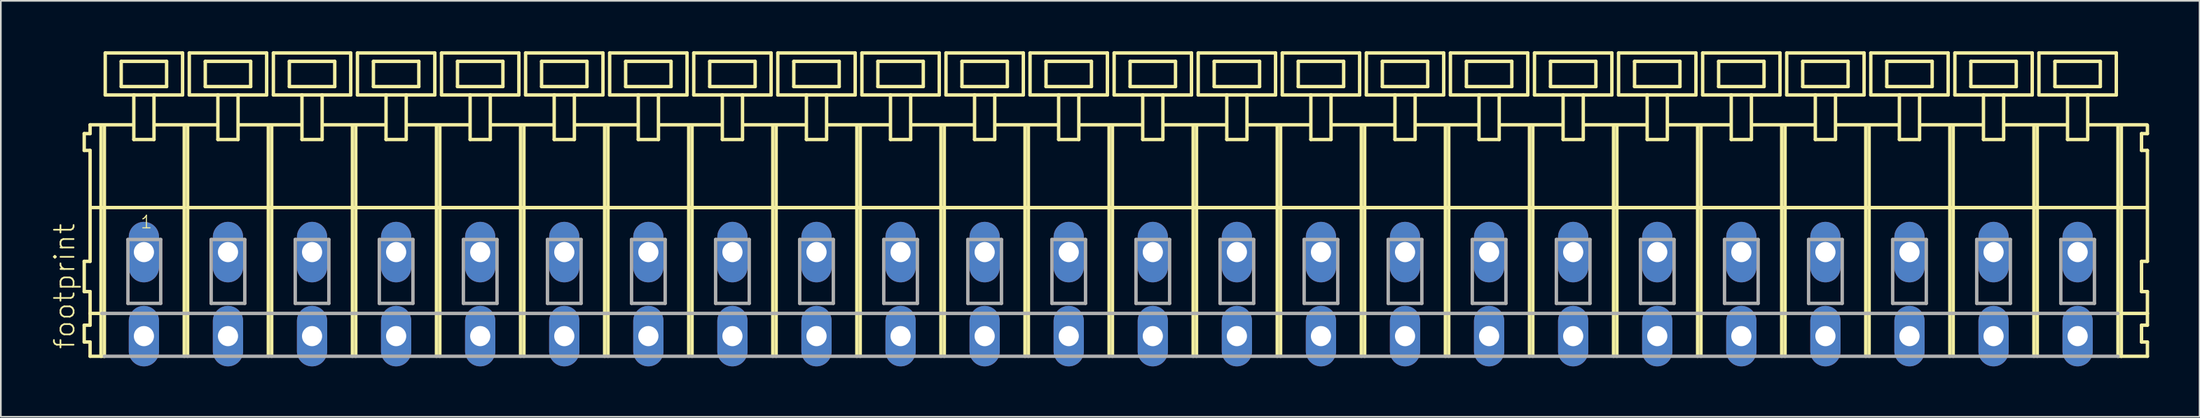
<source format=kicad_pcb>
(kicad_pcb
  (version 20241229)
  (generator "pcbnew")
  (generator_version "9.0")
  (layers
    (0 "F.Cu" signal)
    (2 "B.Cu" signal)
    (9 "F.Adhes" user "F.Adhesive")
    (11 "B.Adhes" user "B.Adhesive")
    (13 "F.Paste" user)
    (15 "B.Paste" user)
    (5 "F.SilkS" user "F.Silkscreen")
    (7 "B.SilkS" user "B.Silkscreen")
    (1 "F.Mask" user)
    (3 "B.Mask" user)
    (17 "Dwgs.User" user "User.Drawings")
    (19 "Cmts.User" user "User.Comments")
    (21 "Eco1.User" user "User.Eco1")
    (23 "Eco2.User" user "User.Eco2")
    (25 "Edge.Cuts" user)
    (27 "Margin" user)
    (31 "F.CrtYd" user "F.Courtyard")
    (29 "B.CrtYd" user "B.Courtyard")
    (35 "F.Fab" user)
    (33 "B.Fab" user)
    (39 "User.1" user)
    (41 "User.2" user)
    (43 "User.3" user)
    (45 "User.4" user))
  (footprint "footprint"
    (layer "F.Cu")
    (at 63.008 11.952)
    (property "Reference" "footprint" (at -61.535 5.855 90) (layer "F.SilkS") (effects (font (size 1.168 1.168) (thickness 0.102)) (justify left bottom)))
    (fp_line (start -61.05 -7.05) (end -61.05 -6.05) (stroke (width 0.203) (type solid)) (layer "F.SilkS"))
    (fp_line (start -61.05 -6.05) (end -60.7 -6.05) (stroke (width 0.203) (type solid)) (layer "F.SilkS"))
    (fp_line (start -61.05 0.55) (end -61.05 2.35) (stroke (width 0.203) (type solid)) (layer "F.SilkS"))
    (fp_line (start -61.05 2.35) (end -60.7 2.35) (stroke (width 0.203) (type solid)) (layer "F.SilkS"))
    (fp_line (start -61.05 4.35) (end -61.05 5.35) (stroke (width 0.203) (type solid)) (layer "F.SilkS"))
    (fp_line (start -61.05 5.35) (end -60.7 5.35) (stroke (width 0.203) (type solid)) (layer "F.SilkS"))
    (fp_line (start -60.7 -7.575) (end -60.7 -7.05) (stroke (width 0.203) (type solid)) (layer "F.SilkS"))
    (fp_line (start -60.7 -7.575) (end -58.125 -7.575) (stroke (width 0.203) (type solid)) (layer "F.SilkS"))
    (fp_line (start -60.7 -7.05) (end -61.05 -7.05) (stroke (width 0.203) (type solid)) (layer "F.SilkS"))
    (fp_line (start -60.7 -6.05) (end -60.7 0.55) (stroke (width 0.203) (type solid)) (layer "F.SilkS"))
    (fp_line (start -60.7 0.55) (end -61.05 0.55) (stroke (width 0.203) (type solid)) (layer "F.SilkS"))
    (fp_line (start -60.7 2.35) (end -60.7 4.35) (stroke (width 0.203) (type solid)) (layer "F.SilkS"))
    (fp_line (start -60.7 3.65) (end -60 3.65) (stroke (width 0.203) (type solid)) (layer "F.SilkS"))
    (fp_line (start -60.7 4.35) (end -61.05 4.35) (stroke (width 0.203) (type solid)) (layer "F.SilkS"))
    (fp_line (start -60.7 5.35) (end -60.7 6.2) (stroke (width 0.203) (type solid)) (layer "F.SilkS"))
    (fp_line (start -60.7 6.2) (end -60.05 6.2) (stroke (width 0.203) (type solid)) (layer "F.SilkS"))
    (fp_line (start -60.65 -2.65) (end -55.1 -2.65) (stroke (width 0.203) (type solid)) (layer "F.SilkS"))
    (fp_line (start -60.05 -7.55) (end -60.05 6.2) (stroke (width 0.203) (type solid)) (layer "F.SilkS"))
    (fp_line (start -60.05 6.2) (end -59.85 6.2) (stroke (width 0.203) (type solid)) (layer "F.SilkS"))
    (fp_line (start -59.85 -7.55) (end -59.85 6.2) (stroke (width 0.203) (type solid)) (layer "F.SilkS"))
    (fp_line (start -59.8 -11.85) (end -59.8 -9.35) (stroke (width 0.203) (type solid)) (layer "F.SilkS"))
    (fp_line (start -59.8 -9.35) (end -58.1 -9.35) (stroke (width 0.203) (type solid)) (layer "F.SilkS"))
    (fp_line (start -58.85 -11.35) (end -58.85 -9.85) (stroke (width 0.203) (type solid)) (layer "F.SilkS"))
    (fp_line (start -58.85 -9.85) (end -56.15 -9.85) (stroke (width 0.203) (type solid)) (layer "F.SilkS"))
    (fp_line (start -58.1 -9.35) (end -58.1 -6.7) (stroke (width 0.203) (type solid)) (layer "F.SilkS"))
    (fp_line (start -58.1 -9.35) (end -56.9 -9.35) (stroke (width 0.203) (type solid)) (layer "F.SilkS"))
    (fp_line (start -58.1 -6.7) (end -56.9 -6.7) (stroke (width 0.203) (type solid)) (layer "F.SilkS"))
    (fp_line (start -56.9 -9.35) (end -55.2 -9.35) (stroke (width 0.203) (type solid)) (layer "F.SilkS"))
    (fp_line (start -56.9 -6.7) (end -56.9 -9.35) (stroke (width 0.203) (type solid)) (layer "F.SilkS"))
    (fp_line (start -56.825 -7.575) (end -53.125 -7.575) (stroke (width 0.203) (type solid)) (layer "F.SilkS"))
    (fp_line (start -56.15 -11.35) (end -58.85 -11.35) (stroke (width 0.203) (type solid)) (layer "F.SilkS"))
    (fp_line (start -56.15 -9.85) (end -56.15 -11.35) (stroke (width 0.203) (type solid)) (layer "F.SilkS"))
    (fp_line (start -55.2 -11.85) (end -59.8 -11.85) (stroke (width 0.203) (type solid)) (layer "F.SilkS"))
    (fp_line (start -55.2 -9.35) (end -55.2 -11.85) (stroke (width 0.203) (type solid)) (layer "F.SilkS"))
    (fp_line (start -55.1 -7.55) (end -55.1 -2.65) (stroke (width 0.203) (type solid)) (layer "F.SilkS"))
    (fp_line (start -55.1 -2.65) (end -55.1 6.2) (stroke (width 0.203) (type solid)) (layer "F.SilkS"))
    (fp_line (start -54.9 -7.55) (end -54.9 -2.65) (stroke (width 0.203) (type solid)) (layer "F.SilkS"))
    (fp_line (start -54.9 -2.65) (end -54.9 6.2) (stroke (width 0.203) (type solid)) (layer "F.SilkS"))
    (fp_line (start -54.9 -2.65) (end -50.1 -2.65) (stroke (width 0.203) (type solid)) (layer "F.SilkS"))
    (fp_line (start -54.8 -11.85) (end -54.8 -9.35) (stroke (width 0.203) (type solid)) (layer "F.SilkS"))
    (fp_line (start -54.8 -9.35) (end -53.1 -9.35) (stroke (width 0.203) (type solid)) (layer "F.SilkS"))
    (fp_line (start -53.85 -11.35) (end -53.85 -9.85) (stroke (width 0.203) (type solid)) (layer "F.SilkS"))
    (fp_line (start -53.85 -9.85) (end -51.15 -9.85) (stroke (width 0.203) (type solid)) (layer "F.SilkS"))
    (fp_line (start -53.1 -9.35) (end -53.1 -6.7) (stroke (width 0.203) (type solid)) (layer "F.SilkS"))
    (fp_line (start -53.1 -9.35) (end -51.9 -9.35) (stroke (width 0.203) (type solid)) (layer "F.SilkS"))
    (fp_line (start -53.1 -6.7) (end -51.9 -6.7) (stroke (width 0.203) (type solid)) (layer "F.SilkS"))
    (fp_line (start -51.9 -9.35) (end -50.2 -9.35) (stroke (width 0.203) (type solid)) (layer "F.SilkS"))
    (fp_line (start -51.9 -6.7) (end -51.9 -9.35) (stroke (width 0.203) (type solid)) (layer "F.SilkS"))
    (fp_line (start -51.875 -7.575) (end -48.125 -7.575) (stroke (width 0.203) (type solid)) (layer "F.SilkS"))
    (fp_line (start -51.15 -11.35) (end -53.85 -11.35) (stroke (width 0.203) (type solid)) (layer "F.SilkS"))
    (fp_line (start -51.15 -9.85) (end -51.15 -11.35) (stroke (width 0.203) (type solid)) (layer "F.SilkS"))
    (fp_line (start -50.2 -11.85) (end -54.8 -11.85) (stroke (width 0.203) (type solid)) (layer "F.SilkS"))
    (fp_line (start -50.2 -9.35) (end -50.2 -11.85) (stroke (width 0.203) (type solid)) (layer "F.SilkS"))
    (fp_line (start -50.1 -7.55) (end -50.1 -2.65) (stroke (width 0.203) (type solid)) (layer "F.SilkS"))
    (fp_line (start -50.1 -2.65) (end -50.1 6.2) (stroke (width 0.203) (type solid)) (layer "F.SilkS"))
    (fp_line (start -50.1 -2.65) (end -49.9 -2.65) (stroke (width 0.203) (type solid)) (layer "F.SilkS"))
    (fp_line (start -49.9 -7.55) (end -49.9 -2.65) (stroke (width 0.203) (type solid)) (layer "F.SilkS"))
    (fp_line (start -49.9 -2.65) (end -49.9 6.2) (stroke (width 0.203) (type solid)) (layer "F.SilkS"))
    (fp_line (start -49.9 -2.65) (end -45.1 -2.65) (stroke (width 0.203) (type solid)) (layer "F.SilkS"))
    (fp_line (start -49.8 -11.85) (end -49.8 -9.35) (stroke (width 0.203) (type solid)) (layer "F.SilkS"))
    (fp_line (start -49.8 -9.35) (end -48.1 -9.35) (stroke (width 0.203) (type solid)) (layer "F.SilkS"))
    (fp_line (start -48.85 -11.35) (end -48.85 -9.85) (stroke (width 0.203) (type solid)) (layer "F.SilkS"))
    (fp_line (start -48.85 -9.85) (end -46.15 -9.85) (stroke (width 0.203) (type solid)) (layer "F.SilkS"))
    (fp_line (start -48.1 -9.35) (end -48.1 -6.7) (stroke (width 0.203) (type solid)) (layer "F.SilkS"))
    (fp_line (start -48.1 -9.35) (end -46.9 -9.35) (stroke (width 0.203) (type solid)) (layer "F.SilkS"))
    (fp_line (start -48.1 -6.7) (end -46.9 -6.7) (stroke (width 0.203) (type solid)) (layer "F.SilkS"))
    (fp_line (start -46.9 -9.35) (end -45.2 -9.35) (stroke (width 0.203) (type solid)) (layer "F.SilkS"))
    (fp_line (start -46.9 -6.7) (end -46.9 -9.35) (stroke (width 0.203) (type solid)) (layer "F.SilkS"))
    (fp_line (start -46.875 -7.575) (end -43.125 -7.575) (stroke (width 0.203) (type solid)) (layer "F.SilkS"))
    (fp_line (start -46.15 -11.35) (end -48.85 -11.35) (stroke (width 0.203) (type solid)) (layer "F.SilkS"))
    (fp_line (start -46.15 -9.85) (end -46.15 -11.35) (stroke (width 0.203) (type solid)) (layer "F.SilkS"))
    (fp_line (start -45.2 -11.85) (end -49.8 -11.85) (stroke (width 0.203) (type solid)) (layer "F.SilkS"))
    (fp_line (start -45.2 -9.35) (end -45.2 -11.85) (stroke (width 0.203) (type solid)) (layer "F.SilkS"))
    (fp_line (start -45.1 -7.55) (end -45.1 -2.65) (stroke (width 0.203) (type solid)) (layer "F.SilkS"))
    (fp_line (start -45.1 -2.65) (end -45.1 6.2) (stroke (width 0.203) (type solid)) (layer "F.SilkS"))
    (fp_line (start -45.1 -2.65) (end -44.9 -2.65) (stroke (width 0.203) (type solid)) (layer "F.SilkS"))
    (fp_line (start -45.1 -2.65) (end 59.9 -2.65) (stroke (width 0.203) (type solid)) (layer "F.SilkS"))
    (fp_line (start -44.9 -7.55) (end -44.9 -2.65) (stroke (width 0.203) (type solid)) (layer "F.SilkS"))
    (fp_line (start -44.9 -2.65) (end -44.9 6.2) (stroke (width 0.203) (type solid)) (layer "F.SilkS"))
    (fp_line (start -44.9 -2.65) (end -40.1 -2.65) (stroke (width 0.203) (type solid)) (layer "F.SilkS"))
    (fp_line (start -44.8 -11.85) (end -44.8 -9.35) (stroke (width 0.203) (type solid)) (layer "F.SilkS"))
    (fp_line (start -44.8 -9.35) (end -43.1 -9.35) (stroke (width 0.203) (type solid)) (layer "F.SilkS"))
    (fp_line (start -43.85 -11.35) (end -43.85 -9.85) (stroke (width 0.203) (type solid)) (layer "F.SilkS"))
    (fp_line (start -43.85 -9.85) (end -41.15 -9.85) (stroke (width 0.203) (type solid)) (layer "F.SilkS"))
    (fp_line (start -43.1 -9.35) (end -43.1 -6.7) (stroke (width 0.203) (type solid)) (layer "F.SilkS"))
    (fp_line (start -43.1 -9.35) (end -41.9 -9.35) (stroke (width 0.203) (type solid)) (layer "F.SilkS"))
    (fp_line (start -43.1 -6.7) (end -41.9 -6.7) (stroke (width 0.203) (type solid)) (layer "F.SilkS"))
    (fp_line (start -41.9 -9.35) (end -40.2 -9.35) (stroke (width 0.203) (type solid)) (layer "F.SilkS"))
    (fp_line (start -41.9 -6.7) (end -41.9 -9.35) (stroke (width 0.203) (type solid)) (layer "F.SilkS"))
    (fp_line (start -41.875 -7.575) (end -38.125 -7.575) (stroke (width 0.203) (type solid)) (layer "F.SilkS"))
    (fp_line (start -41.15 -11.35) (end -43.85 -11.35) (stroke (width 0.203) (type solid)) (layer "F.SilkS"))
    (fp_line (start -41.15 -9.85) (end -41.15 -11.35) (stroke (width 0.203) (type solid)) (layer "F.SilkS"))
    (fp_line (start -40.2 -11.85) (end -44.8 -11.85) (stroke (width 0.203) (type solid)) (layer "F.SilkS"))
    (fp_line (start -40.2 -9.35) (end -40.2 -11.85) (stroke (width 0.203) (type solid)) (layer "F.SilkS"))
    (fp_line (start -40.1 -7.55) (end -40.1 -2.65) (stroke (width 0.203) (type solid)) (layer "F.SilkS"))
    (fp_line (start -40.1 -2.65) (end -40.1 6.2) (stroke (width 0.203) (type solid)) (layer "F.SilkS"))
    (fp_line (start -40.1 -2.65) (end -39.9 -2.65) (stroke (width 0.203) (type solid)) (layer "F.SilkS"))
    (fp_line (start -39.9 -7.55) (end -39.9 -2.65) (stroke (width 0.203) (type solid)) (layer "F.SilkS"))
    (fp_line (start -39.9 -2.65) (end -39.9 6.2) (stroke (width 0.203) (type solid)) (layer "F.SilkS"))
    (fp_line (start -39.9 -2.65) (end -35.1 -2.65) (stroke (width 0.203) (type solid)) (layer "F.SilkS"))
    (fp_line (start -39.8 -11.85) (end -39.8 -9.35) (stroke (width 0.203) (type solid)) (layer "F.SilkS"))
    (fp_line (start -39.8 -9.35) (end -38.1 -9.35) (stroke (width 0.203) (type solid)) (layer "F.SilkS"))
    (fp_line (start -38.85 -11.35) (end -38.85 -9.85) (stroke (width 0.203) (type solid)) (layer "F.SilkS"))
    (fp_line (start -38.85 -9.85) (end -36.15 -9.85) (stroke (width 0.203) (type solid)) (layer "F.SilkS"))
    (fp_line (start -38.1 -9.35) (end -38.1 -6.7) (stroke (width 0.203) (type solid)) (layer "F.SilkS"))
    (fp_line (start -38.1 -9.35) (end -36.9 -9.35) (stroke (width 0.203) (type solid)) (layer "F.SilkS"))
    (fp_line (start -38.1 -6.7) (end -36.9 -6.7) (stroke (width 0.203) (type solid)) (layer "F.SilkS"))
    (fp_line (start -36.9 -9.35) (end -35.2 -9.35) (stroke (width 0.203) (type solid)) (layer "F.SilkS"))
    (fp_line (start -36.9 -6.7) (end -36.9 -9.35) (stroke (width 0.203) (type solid)) (layer "F.SilkS"))
    (fp_line (start -36.875 -7.575) (end -33.125 -7.575) (stroke (width 0.203) (type solid)) (layer "F.SilkS"))
    (fp_line (start -36.15 -11.35) (end -38.85 -11.35) (stroke (width 0.203) (type solid)) (layer "F.SilkS"))
    (fp_line (start -36.15 -9.85) (end -36.15 -11.35) (stroke (width 0.203) (type solid)) (layer "F.SilkS"))
    (fp_line (start -35.2 -11.85) (end -39.8 -11.85) (stroke (width 0.203) (type solid)) (layer "F.SilkS"))
    (fp_line (start -35.2 -9.35) (end -35.2 -11.85) (stroke (width 0.203) (type solid)) (layer "F.SilkS"))
    (fp_line (start -35.1 -7.55) (end -35.1 -2.65) (stroke (width 0.203) (type solid)) (layer "F.SilkS"))
    (fp_line (start -35.1 -2.65) (end -35.1 6.2) (stroke (width 0.203) (type solid)) (layer "F.SilkS"))
    (fp_line (start -35.1 -2.65) (end -34.9 -2.65) (stroke (width 0.203) (type solid)) (layer "F.SilkS"))
    (fp_line (start -34.9 -7.55) (end -34.9 -2.65) (stroke (width 0.203) (type solid)) (layer "F.SilkS"))
    (fp_line (start -34.9 -2.65) (end -34.9 6.2) (stroke (width 0.203) (type solid)) (layer "F.SilkS"))
    (fp_line (start -34.9 -2.65) (end -30.1 -2.65) (stroke (width 0.203) (type solid)) (layer "F.SilkS"))
    (fp_line (start -34.8 -11.85) (end -34.8 -9.35) (stroke (width 0.203) (type solid)) (layer "F.SilkS"))
    (fp_line (start -34.8 -9.35) (end -33.1 -9.35) (stroke (width 0.203) (type solid)) (layer "F.SilkS"))
    (fp_line (start -33.85 -11.35) (end -33.85 -9.85) (stroke (width 0.203) (type solid)) (layer "F.SilkS"))
    (fp_line (start -33.85 -9.85) (end -31.15 -9.85) (stroke (width 0.203) (type solid)) (layer "F.SilkS"))
    (fp_line (start -33.1 -9.35) (end -33.1 -6.7) (stroke (width 0.203) (type solid)) (layer "F.SilkS"))
    (fp_line (start -33.1 -9.35) (end -31.9 -9.35) (stroke (width 0.203) (type solid)) (layer "F.SilkS"))
    (fp_line (start -33.1 -6.7) (end -31.9 -6.7) (stroke (width 0.203) (type solid)) (layer "F.SilkS"))
    (fp_line (start -31.9 -9.35) (end -30.2 -9.35) (stroke (width 0.203) (type solid)) (layer "F.SilkS"))
    (fp_line (start -31.9 -6.7) (end -31.9 -9.35) (stroke (width 0.203) (type solid)) (layer "F.SilkS"))
    (fp_line (start -31.875 -7.575) (end -28.125 -7.575) (stroke (width 0.203) (type solid)) (layer "F.SilkS"))
    (fp_line (start -31.15 -11.35) (end -33.85 -11.35) (stroke (width 0.203) (type solid)) (layer "F.SilkS"))
    (fp_line (start -31.15 -9.85) (end -31.15 -11.35) (stroke (width 0.203) (type solid)) (layer "F.SilkS"))
    (fp_line (start -30.2 -11.85) (end -34.8 -11.85) (stroke (width 0.203) (type solid)) (layer "F.SilkS"))
    (fp_line (start -30.2 -9.35) (end -30.2 -11.85) (stroke (width 0.203) (type solid)) (layer "F.SilkS"))
    (fp_line (start -30.1 -7.55) (end -30.1 -2.65) (stroke (width 0.203) (type solid)) (layer "F.SilkS"))
    (fp_line (start -30.1 -2.65) (end -30.1 6.2) (stroke (width 0.203) (type solid)) (layer "F.SilkS"))
    (fp_line (start -30.1 -2.65) (end -29.9 -2.65) (stroke (width 0.203) (type solid)) (layer "F.SilkS"))
    (fp_line (start -29.9 -7.55) (end -29.9 -2.65) (stroke (width 0.203) (type solid)) (layer "F.SilkS"))
    (fp_line (start -29.9 -2.65) (end -29.9 6.2) (stroke (width 0.203) (type solid)) (layer "F.SilkS"))
    (fp_line (start -29.9 -2.65) (end -25.1 -2.65) (stroke (width 0.203) (type solid)) (layer "F.SilkS"))
    (fp_line (start -29.8 -11.85) (end -29.8 -9.35) (stroke (width 0.203) (type solid)) (layer "F.SilkS"))
    (fp_line (start -29.8 -9.35) (end -28.1 -9.35) (stroke (width 0.203) (type solid)) (layer "F.SilkS"))
    (fp_line (start -28.85 -11.35) (end -28.85 -9.85) (stroke (width 0.203) (type solid)) (layer "F.SilkS"))
    (fp_line (start -28.85 -9.85) (end -26.15 -9.85) (stroke (width 0.203) (type solid)) (layer "F.SilkS"))
    (fp_line (start -28.1 -9.35) (end -28.1 -6.7) (stroke (width 0.203) (type solid)) (layer "F.SilkS"))
    (fp_line (start -28.1 -9.35) (end -26.9 -9.35) (stroke (width 0.203) (type solid)) (layer "F.SilkS"))
    (fp_line (start -28.1 -6.7) (end -26.9 -6.7) (stroke (width 0.203) (type solid)) (layer "F.SilkS"))
    (fp_line (start -26.9 -9.35) (end -25.2 -9.35) (stroke (width 0.203) (type solid)) (layer "F.SilkS"))
    (fp_line (start -26.9 -6.7) (end -26.9 -9.35) (stroke (width 0.203) (type solid)) (layer "F.SilkS"))
    (fp_line (start -26.875 -7.575) (end -23.125 -7.575) (stroke (width 0.203) (type solid)) (layer "F.SilkS"))
    (fp_line (start -26.15 -11.35) (end -28.85 -11.35) (stroke (width 0.203) (type solid)) (layer "F.SilkS"))
    (fp_line (start -26.15 -9.85) (end -26.15 -11.35) (stroke (width 0.203) (type solid)) (layer "F.SilkS"))
    (fp_line (start -25.2 -11.85) (end -29.8 -11.85) (stroke (width 0.203) (type solid)) (layer "F.SilkS"))
    (fp_line (start -25.2 -9.35) (end -25.2 -11.85) (stroke (width 0.203) (type solid)) (layer "F.SilkS"))
    (fp_line (start -25.1 -7.55) (end -25.1 -2.65) (stroke (width 0.203) (type solid)) (layer "F.SilkS"))
    (fp_line (start -25.1 -2.65) (end -25.1 6.2) (stroke (width 0.203) (type solid)) (layer "F.SilkS"))
    (fp_line (start -25.1 -2.65) (end -24.9 -2.65) (stroke (width 0.203) (type solid)) (layer "F.SilkS"))
    (fp_line (start -24.9 -7.55) (end -24.9 -2.65) (stroke (width 0.203) (type solid)) (layer "F.SilkS"))
    (fp_line (start -24.9 -2.65) (end -24.9 6.2) (stroke (width 0.203) (type solid)) (layer "F.SilkS"))
    (fp_line (start -24.9 -2.65) (end -20.1 -2.65) (stroke (width 0.203) (type solid)) (layer "F.SilkS"))
    (fp_line (start -24.8 -11.85) (end -24.8 -9.35) (stroke (width 0.203) (type solid)) (layer "F.SilkS"))
    (fp_line (start -24.8 -9.35) (end -23.1 -9.35) (stroke (width 0.203) (type solid)) (layer "F.SilkS"))
    (fp_line (start -23.85 -11.35) (end -23.85 -9.85) (stroke (width 0.203) (type solid)) (layer "F.SilkS"))
    (fp_line (start -23.85 -9.85) (end -21.15 -9.85) (stroke (width 0.203) (type solid)) (layer "F.SilkS"))
    (fp_line (start -23.1 -9.35) (end -23.1 -6.7) (stroke (width 0.203) (type solid)) (layer "F.SilkS"))
    (fp_line (start -23.1 -9.35) (end -21.9 -9.35) (stroke (width 0.203) (type solid)) (layer "F.SilkS"))
    (fp_line (start -23.1 -6.7) (end -21.9 -6.7) (stroke (width 0.203) (type solid)) (layer "F.SilkS"))
    (fp_line (start -21.9 -9.35) (end -20.2 -9.35) (stroke (width 0.203) (type solid)) (layer "F.SilkS"))
    (fp_line (start -21.9 -6.7) (end -21.9 -9.35) (stroke (width 0.203) (type solid)) (layer "F.SilkS"))
    (fp_line (start -21.875 -7.575) (end -18.125 -7.575) (stroke (width 0.203) (type solid)) (layer "F.SilkS"))
    (fp_line (start -21.15 -11.35) (end -23.85 -11.35) (stroke (width 0.203) (type solid)) (layer "F.SilkS"))
    (fp_line (start -21.15 -9.85) (end -21.15 -11.35) (stroke (width 0.203) (type solid)) (layer "F.SilkS"))
    (fp_line (start -20.2 -11.85) (end -24.8 -11.85) (stroke (width 0.203) (type solid)) (layer "F.SilkS"))
    (fp_line (start -20.2 -9.35) (end -20.2 -11.85) (stroke (width 0.203) (type solid)) (layer "F.SilkS"))
    (fp_line (start -20.1 -7.55) (end -20.1 -2.65) (stroke (width 0.203) (type solid)) (layer "F.SilkS"))
    (fp_line (start -20.1 -2.65) (end -20.1 6.2) (stroke (width 0.203) (type solid)) (layer "F.SilkS"))
    (fp_line (start -20.1 -2.65) (end -19.9 -2.65) (stroke (width 0.203) (type solid)) (layer "F.SilkS"))
    (fp_line (start -19.9 -7.55) (end -19.9 -2.65) (stroke (width 0.203) (type solid)) (layer "F.SilkS"))
    (fp_line (start -19.9 -2.65) (end -19.9 6.2) (stroke (width 0.203) (type solid)) (layer "F.SilkS"))
    (fp_line (start -19.9 -2.65) (end -15.1 -2.65) (stroke (width 0.203) (type solid)) (layer "F.SilkS"))
    (fp_line (start -19.8 -11.85) (end -19.8 -9.35) (stroke (width 0.203) (type solid)) (layer "F.SilkS"))
    (fp_line (start -19.8 -9.35) (end -18.1 -9.35) (stroke (width 0.203) (type solid)) (layer "F.SilkS"))
    (fp_line (start -18.85 -11.35) (end -18.85 -9.85) (stroke (width 0.203) (type solid)) (layer "F.SilkS"))
    (fp_line (start -18.85 -9.85) (end -16.15 -9.85) (stroke (width 0.203) (type solid)) (layer "F.SilkS"))
    (fp_line (start -18.1 -9.35) (end -18.1 -6.7) (stroke (width 0.203) (type solid)) (layer "F.SilkS"))
    (fp_line (start -18.1 -9.35) (end -16.9 -9.35) (stroke (width 0.203) (type solid)) (layer "F.SilkS"))
    (fp_line (start -18.1 -6.7) (end -16.9 -6.7) (stroke (width 0.203) (type solid)) (layer "F.SilkS"))
    (fp_line (start -16.9 -9.35) (end -15.2 -9.35) (stroke (width 0.203) (type solid)) (layer "F.SilkS"))
    (fp_line (start -16.9 -6.7) (end -16.9 -9.35) (stroke (width 0.203) (type solid)) (layer "F.SilkS"))
    (fp_line (start -16.875 -7.575) (end -13.125 -7.575) (stroke (width 0.203) (type solid)) (layer "F.SilkS"))
    (fp_line (start -16.15 -11.35) (end -18.85 -11.35) (stroke (width 0.203) (type solid)) (layer "F.SilkS"))
    (fp_line (start -16.15 -9.85) (end -16.15 -11.35) (stroke (width 0.203) (type solid)) (layer "F.SilkS"))
    (fp_line (start -15.2 -11.85) (end -19.8 -11.85) (stroke (width 0.203) (type solid)) (layer "F.SilkS"))
    (fp_line (start -15.2 -9.35) (end -15.2 -11.85) (stroke (width 0.203) (type solid)) (layer "F.SilkS"))
    (fp_line (start -15.1 -7.55) (end -15.1 -2.65) (stroke (width 0.203) (type solid)) (layer "F.SilkS"))
    (fp_line (start -15.1 -2.65) (end -15.1 6.2) (stroke (width 0.203) (type solid)) (layer "F.SilkS"))
    (fp_line (start -15.1 -2.65) (end -14.9 -2.65) (stroke (width 0.203) (type solid)) (layer "F.SilkS"))
    (fp_line (start -14.9 -7.55) (end -14.9 -2.65) (stroke (width 0.203) (type solid)) (layer "F.SilkS"))
    (fp_line (start -14.9 -2.65) (end -14.9 6.2) (stroke (width 0.203) (type solid)) (layer "F.SilkS"))
    (fp_line (start -14.9 -2.65) (end -10.1 -2.65) (stroke (width 0.203) (type solid)) (layer "F.SilkS"))
    (fp_line (start -14.8 -11.85) (end -14.8 -9.35) (stroke (width 0.203) (type solid)) (layer "F.SilkS"))
    (fp_line (start -14.8 -9.35) (end -13.1 -9.35) (stroke (width 0.203) (type solid)) (layer "F.SilkS"))
    (fp_line (start -13.85 -11.35) (end -13.85 -9.85) (stroke (width 0.203) (type solid)) (layer "F.SilkS"))
    (fp_line (start -13.85 -9.85) (end -11.15 -9.85) (stroke (width 0.203) (type solid)) (layer "F.SilkS"))
    (fp_line (start -13.1 -9.35) (end -13.1 -6.7) (stroke (width 0.203) (type solid)) (layer "F.SilkS"))
    (fp_line (start -13.1 -9.35) (end -11.9 -9.35) (stroke (width 0.203) (type solid)) (layer "F.SilkS"))
    (fp_line (start -13.1 -6.7) (end -11.9 -6.7) (stroke (width 0.203) (type solid)) (layer "F.SilkS"))
    (fp_line (start -11.9 -9.35) (end -10.2 -9.35) (stroke (width 0.203) (type solid)) (layer "F.SilkS"))
    (fp_line (start -11.9 -6.7) (end -11.9 -9.35) (stroke (width 0.203) (type solid)) (layer "F.SilkS"))
    (fp_line (start -11.875 -7.575) (end -8.125 -7.575) (stroke (width 0.203) (type solid)) (layer "F.SilkS"))
    (fp_line (start -11.15 -11.35) (end -13.85 -11.35) (stroke (width 0.203) (type solid)) (layer "F.SilkS"))
    (fp_line (start -11.15 -9.85) (end -11.15 -11.35) (stroke (width 0.203) (type solid)) (layer "F.SilkS"))
    (fp_line (start -10.2 -11.85) (end -14.8 -11.85) (stroke (width 0.203) (type solid)) (layer "F.SilkS"))
    (fp_line (start -10.2 -9.35) (end -10.2 -11.85) (stroke (width 0.203) (type solid)) (layer "F.SilkS"))
    (fp_line (start -10.1 -7.55) (end -10.1 -2.65) (stroke (width 0.203) (type solid)) (layer "F.SilkS"))
    (fp_line (start -10.1 -2.65) (end -10.1 6.2) (stroke (width 0.203) (type solid)) (layer "F.SilkS"))
    (fp_line (start -10.1 -2.65) (end -9.9 -2.65) (stroke (width 0.203) (type solid)) (layer "F.SilkS"))
    (fp_line (start -9.9 -7.55) (end -9.9 -2.65) (stroke (width 0.203) (type solid)) (layer "F.SilkS"))
    (fp_line (start -9.9 -2.65) (end -9.9 6.2) (stroke (width 0.203) (type solid)) (layer "F.SilkS"))
    (fp_line (start -9.9 -2.65) (end -5.1 -2.65) (stroke (width 0.203) (type solid)) (layer "F.SilkS"))
    (fp_line (start -9.8 -11.85) (end -9.8 -9.35) (stroke (width 0.203) (type solid)) (layer "F.SilkS"))
    (fp_line (start -9.8 -9.35) (end -8.1 -9.35) (stroke (width 0.203) (type solid)) (layer "F.SilkS"))
    (fp_line (start -8.85 -11.35) (end -8.85 -9.85) (stroke (width 0.203) (type solid)) (layer "F.SilkS"))
    (fp_line (start -8.85 -9.85) (end -6.15 -9.85) (stroke (width 0.203) (type solid)) (layer "F.SilkS"))
    (fp_line (start -8.1 -9.35) (end -8.1 -6.7) (stroke (width 0.203) (type solid)) (layer "F.SilkS"))
    (fp_line (start -8.1 -9.35) (end -6.9 -9.35) (stroke (width 0.203) (type solid)) (layer "F.SilkS"))
    (fp_line (start -8.1 -6.7) (end -6.9 -6.7) (stroke (width 0.203) (type solid)) (layer "F.SilkS"))
    (fp_line (start -6.9 -9.35) (end -5.2 -9.35) (stroke (width 0.203) (type solid)) (layer "F.SilkS"))
    (fp_line (start -6.9 -6.7) (end -6.9 -9.35) (stroke (width 0.203) (type solid)) (layer "F.SilkS"))
    (fp_line (start -6.875 -7.575) (end -3.125 -7.575) (stroke (width 0.203) (type solid)) (layer "F.SilkS"))
    (fp_line (start -6.15 -11.35) (end -8.85 -11.35) (stroke (width 0.203) (type solid)) (layer "F.SilkS"))
    (fp_line (start -6.15 -9.85) (end -6.15 -11.35) (stroke (width 0.203) (type solid)) (layer "F.SilkS"))
    (fp_line (start -5.2 -11.85) (end -9.8 -11.85) (stroke (width 0.203) (type solid)) (layer "F.SilkS"))
    (fp_line (start -5.2 -9.35) (end -5.2 -11.85) (stroke (width 0.203) (type solid)) (layer "F.SilkS"))
    (fp_line (start -5.1 -7.55) (end -5.1 -2.65) (stroke (width 0.203) (type solid)) (layer "F.SilkS"))
    (fp_line (start -5.1 -2.65) (end -5.1 6.2) (stroke (width 0.203) (type solid)) (layer "F.SilkS"))
    (fp_line (start -5.1 -2.65) (end -4.9 -2.65) (stroke (width 0.203) (type solid)) (layer "F.SilkS"))
    (fp_line (start -4.9 -7.55) (end -4.9 -2.65) (stroke (width 0.203) (type solid)) (layer "F.SilkS"))
    (fp_line (start -4.9 -2.65) (end -4.9 6.2) (stroke (width 0.203) (type solid)) (layer "F.SilkS"))
    (fp_line (start -4.9 -2.65) (end -0.1 -2.65) (stroke (width 0.203) (type solid)) (layer "F.SilkS"))
    (fp_line (start -4.8 -11.85) (end -4.8 -9.35) (stroke (width 0.203) (type solid)) (layer "F.SilkS"))
    (fp_line (start -4.8 -9.35) (end -3.1 -9.35) (stroke (width 0.203) (type solid)) (layer "F.SilkS"))
    (fp_line (start -3.85 -11.35) (end -3.85 -9.85) (stroke (width 0.203) (type solid)) (layer "F.SilkS"))
    (fp_line (start -3.85 -9.85) (end -1.15 -9.85) (stroke (width 0.203) (type solid)) (layer "F.SilkS"))
    (fp_line (start -3.1 -9.35) (end -3.1 -6.7) (stroke (width 0.203) (type solid)) (layer "F.SilkS"))
    (fp_line (start -3.1 -9.35) (end -1.9 -9.35) (stroke (width 0.203) (type solid)) (layer "F.SilkS"))
    (fp_line (start -3.1 -6.7) (end -1.9 -6.7) (stroke (width 0.203) (type solid)) (layer "F.SilkS"))
    (fp_line (start -1.9 -9.35) (end -0.2 -9.35) (stroke (width 0.203) (type solid)) (layer "F.SilkS"))
    (fp_line (start -1.9 -6.7) (end -1.9 -9.35) (stroke (width 0.203) (type solid)) (layer "F.SilkS"))
    (fp_line (start -1.875 -7.575) (end 1.875 -7.575) (stroke (width 0.203) (type solid)) (layer "F.SilkS"))
    (fp_line (start -1.15 -11.35) (end -3.85 -11.35) (stroke (width 0.203) (type solid)) (layer "F.SilkS"))
    (fp_line (start -1.15 -9.85) (end -1.15 -11.35) (stroke (width 0.203) (type solid)) (layer "F.SilkS"))
    (fp_line (start -0.2 -11.85) (end -4.8 -11.85) (stroke (width 0.203) (type solid)) (layer "F.SilkS"))
    (fp_line (start -0.2 -9.35) (end -0.2 -11.85) (stroke (width 0.203) (type solid)) (layer "F.SilkS"))
    (fp_line (start -0.1 -7.55) (end -0.1 -2.65) (stroke (width 0.203) (type solid)) (layer "F.SilkS"))
    (fp_line (start -0.1 -2.65) (end -0.1 6.2) (stroke (width 0.203) (type solid)) (layer "F.SilkS"))
    (fp_line (start -0.1 -2.65) (end 0.1 -2.65) (stroke (width 0.203) (type solid)) (layer "F.SilkS"))
    (fp_line (start 0.1 -7.55) (end 0.1 -2.65) (stroke (width 0.203) (type solid)) (layer "F.SilkS"))
    (fp_line (start 0.1 -2.65) (end 0.1 6.2) (stroke (width 0.203) (type solid)) (layer "F.SilkS"))
    (fp_line (start 0.1 -2.65) (end 4.9 -2.65) (stroke (width 0.203) (type solid)) (layer "F.SilkS"))
    (fp_line (start 0.2 -11.85) (end 0.2 -9.35) (stroke (width 0.203) (type solid)) (layer "F.SilkS"))
    (fp_line (start 0.2 -9.35) (end 1.9 -9.35) (stroke (width 0.203) (type solid)) (layer "F.SilkS"))
    (fp_line (start 1.15 -11.35) (end 1.15 -9.85) (stroke (width 0.203) (type solid)) (layer "F.SilkS"))
    (fp_line (start 1.15 -9.85) (end 3.85 -9.85) (stroke (width 0.203) (type solid)) (layer "F.SilkS"))
    (fp_line (start 1.9 -9.35) (end 1.9 -6.7) (stroke (width 0.203) (type solid)) (layer "F.SilkS"))
    (fp_line (start 1.9 -9.35) (end 3.1 -9.35) (stroke (width 0.203) (type solid)) (layer "F.SilkS"))
    (fp_line (start 1.9 -6.7) (end 3.1 -6.7) (stroke (width 0.203) (type solid)) (layer "F.SilkS"))
    (fp_line (start 3.1 -9.35) (end 4.8 -9.35) (stroke (width 0.203) (type solid)) (layer "F.SilkS"))
    (fp_line (start 3.1 -6.7) (end 3.1 -9.35) (stroke (width 0.203) (type solid)) (layer "F.SilkS"))
    (fp_line (start 3.125 -7.575) (end 6.875 -7.575) (stroke (width 0.203) (type solid)) (layer "F.SilkS"))
    (fp_line (start 3.85 -11.35) (end 1.15 -11.35) (stroke (width 0.203) (type solid)) (layer "F.SilkS"))
    (fp_line (start 3.85 -9.85) (end 3.85 -11.35) (stroke (width 0.203) (type solid)) (layer "F.SilkS"))
    (fp_line (start 4.8 -11.85) (end 0.2 -11.85) (stroke (width 0.203) (type solid)) (layer "F.SilkS"))
    (fp_line (start 4.8 -9.35) (end 4.8 -11.85) (stroke (width 0.203) (type solid)) (layer "F.SilkS"))
    (fp_line (start 4.9 -7.55) (end 4.9 -2.65) (stroke (width 0.203) (type solid)) (layer "F.SilkS"))
    (fp_line (start 4.9 -2.65) (end 4.9 6.2) (stroke (width 0.203) (type solid)) (layer "F.SilkS"))
    (fp_line (start 4.9 -2.65) (end 5.1 -2.65) (stroke (width 0.203) (type solid)) (layer "F.SilkS"))
    (fp_line (start 5.1 -7.55) (end 5.1 -2.65) (stroke (width 0.203) (type solid)) (layer "F.SilkS"))
    (fp_line (start 5.1 -2.65) (end 5.1 6.2) (stroke (width 0.203) (type solid)) (layer "F.SilkS"))
    (fp_line (start 5.1 -2.65) (end 9.9 -2.65) (stroke (width 0.203) (type solid)) (layer "F.SilkS"))
    (fp_line (start 5.2 -11.85) (end 5.2 -9.35) (stroke (width 0.203) (type solid)) (layer "F.SilkS"))
    (fp_line (start 5.2 -9.35) (end 6.9 -9.35) (stroke (width 0.203) (type solid)) (layer "F.SilkS"))
    (fp_line (start 6.15 -11.35) (end 6.15 -9.85) (stroke (width 0.203) (type solid)) (layer "F.SilkS"))
    (fp_line (start 6.15 -9.85) (end 8.85 -9.85) (stroke (width 0.203) (type solid)) (layer "F.SilkS"))
    (fp_line (start 6.9 -9.35) (end 6.9 -6.7) (stroke (width 0.203) (type solid)) (layer "F.SilkS"))
    (fp_line (start 6.9 -9.35) (end 8.1 -9.35) (stroke (width 0.203) (type solid)) (layer "F.SilkS"))
    (fp_line (start 6.9 -6.7) (end 8.1 -6.7) (stroke (width 0.203) (type solid)) (layer "F.SilkS"))
    (fp_line (start 8.1 -9.35) (end 9.8 -9.35) (stroke (width 0.203) (type solid)) (layer "F.SilkS"))
    (fp_line (start 8.1 -6.7) (end 8.1 -9.35) (stroke (width 0.203) (type solid)) (layer "F.SilkS"))
    (fp_line (start 8.125 -7.575) (end 11.875 -7.575) (stroke (width 0.203) (type solid)) (layer "F.SilkS"))
    (fp_line (start 8.85 -11.35) (end 6.15 -11.35) (stroke (width 0.203) (type solid)) (layer "F.SilkS"))
    (fp_line (start 8.85 -9.85) (end 8.85 -11.35) (stroke (width 0.203) (type solid)) (layer "F.SilkS"))
    (fp_line (start 9.8 -11.85) (end 5.2 -11.85) (stroke (width 0.203) (type solid)) (layer "F.SilkS"))
    (fp_line (start 9.8 -9.35) (end 9.8 -11.85) (stroke (width 0.203) (type solid)) (layer "F.SilkS"))
    (fp_line (start 9.9 -7.55) (end 9.9 -2.65) (stroke (width 0.203) (type solid)) (layer "F.SilkS"))
    (fp_line (start 9.9 -2.65) (end 9.9 6.2) (stroke (width 0.203) (type solid)) (layer "F.SilkS"))
    (fp_line (start 9.9 -2.65) (end 10.1 -2.65) (stroke (width 0.203) (type solid)) (layer "F.SilkS"))
    (fp_line (start 10.1 -7.55) (end 10.1 -2.65) (stroke (width 0.203) (type solid)) (layer "F.SilkS"))
    (fp_line (start 10.1 -2.65) (end 10.1 6.2) (stroke (width 0.203) (type solid)) (layer "F.SilkS"))
    (fp_line (start 10.1 -2.65) (end 14.9 -2.65) (stroke (width 0.203) (type solid)) (layer "F.SilkS"))
    (fp_line (start 10.2 -11.85) (end 10.2 -9.35) (stroke (width 0.203) (type solid)) (layer "F.SilkS"))
    (fp_line (start 10.2 -9.35) (end 11.9 -9.35) (stroke (width 0.203) (type solid)) (layer "F.SilkS"))
    (fp_line (start 11.15 -11.35) (end 11.15 -9.85) (stroke (width 0.203) (type solid)) (layer "F.SilkS"))
    (fp_line (start 11.15 -9.85) (end 13.85 -9.85) (stroke (width 0.203) (type solid)) (layer "F.SilkS"))
    (fp_line (start 11.9 -9.35) (end 11.9 -6.7) (stroke (width 0.203) (type solid)) (layer "F.SilkS"))
    (fp_line (start 11.9 -9.35) (end 13.1 -9.35) (stroke (width 0.203) (type solid)) (layer "F.SilkS"))
    (fp_line (start 11.9 -6.7) (end 13.1 -6.7) (stroke (width 0.203) (type solid)) (layer "F.SilkS"))
    (fp_line (start 13.1 -9.35) (end 14.8 -9.35) (stroke (width 0.203) (type solid)) (layer "F.SilkS"))
    (fp_line (start 13.1 -6.7) (end 13.1 -9.35) (stroke (width 0.203) (type solid)) (layer "F.SilkS"))
    (fp_line (start 13.125 -7.575) (end 16.875 -7.575) (stroke (width 0.203) (type solid)) (layer "F.SilkS"))
    (fp_line (start 13.85 -11.35) (end 11.15 -11.35) (stroke (width 0.203) (type solid)) (layer "F.SilkS"))
    (fp_line (start 13.85 -9.85) (end 13.85 -11.35) (stroke (width 0.203) (type solid)) (layer "F.SilkS"))
    (fp_line (start 14.8 -11.85) (end 10.2 -11.85) (stroke (width 0.203) (type solid)) (layer "F.SilkS"))
    (fp_line (start 14.8 -9.35) (end 14.8 -11.85) (stroke (width 0.203) (type solid)) (layer "F.SilkS"))
    (fp_line (start 14.9 -7.55) (end 14.9 -2.65) (stroke (width 0.203) (type solid)) (layer "F.SilkS"))
    (fp_line (start 14.9 -2.65) (end 14.9 6.2) (stroke (width 0.203) (type solid)) (layer "F.SilkS"))
    (fp_line (start 14.9 -2.65) (end 15.1 -2.65) (stroke (width 0.203) (type solid)) (layer "F.SilkS"))
    (fp_line (start 15.1 -7.55) (end 15.1 -2.65) (stroke (width 0.203) (type solid)) (layer "F.SilkS"))
    (fp_line (start 15.1 -2.65) (end 15.1 6.2) (stroke (width 0.203) (type solid)) (layer "F.SilkS"))
    (fp_line (start 15.1 -2.65) (end 19.9 -2.65) (stroke (width 0.203) (type solid)) (layer "F.SilkS"))
    (fp_line (start 15.2 -11.85) (end 15.2 -9.35) (stroke (width 0.203) (type solid)) (layer "F.SilkS"))
    (fp_line (start 15.2 -9.35) (end 16.9 -9.35) (stroke (width 0.203) (type solid)) (layer "F.SilkS"))
    (fp_line (start 16.15 -11.35) (end 16.15 -9.85) (stroke (width 0.203) (type solid)) (layer "F.SilkS"))
    (fp_line (start 16.15 -9.85) (end 18.85 -9.85) (stroke (width 0.203) (type solid)) (layer "F.SilkS"))
    (fp_line (start 16.9 -9.35) (end 16.9 -6.7) (stroke (width 0.203) (type solid)) (layer "F.SilkS"))
    (fp_line (start 16.9 -9.35) (end 18.1 -9.35) (stroke (width 0.203) (type solid)) (layer "F.SilkS"))
    (fp_line (start 16.9 -6.7) (end 18.1 -6.7) (stroke (width 0.203) (type solid)) (layer "F.SilkS"))
    (fp_line (start 18.1 -9.35) (end 19.8 -9.35) (stroke (width 0.203) (type solid)) (layer "F.SilkS"))
    (fp_line (start 18.1 -6.7) (end 18.1 -9.35) (stroke (width 0.203) (type solid)) (layer "F.SilkS"))
    (fp_line (start 18.125 -7.575) (end 21.875 -7.575) (stroke (width 0.203) (type solid)) (layer "F.SilkS"))
    (fp_line (start 18.85 -11.35) (end 16.15 -11.35) (stroke (width 0.203) (type solid)) (layer "F.SilkS"))
    (fp_line (start 18.85 -9.85) (end 18.85 -11.35) (stroke (width 0.203) (type solid)) (layer "F.SilkS"))
    (fp_line (start 19.8 -11.85) (end 15.2 -11.85) (stroke (width 0.203) (type solid)) (layer "F.SilkS"))
    (fp_line (start 19.8 -9.35) (end 19.8 -11.85) (stroke (width 0.203) (type solid)) (layer "F.SilkS"))
    (fp_line (start 19.9 -7.55) (end 19.9 -2.65) (stroke (width 0.203) (type solid)) (layer "F.SilkS"))
    (fp_line (start 19.9 -2.65) (end 19.9 6.2) (stroke (width 0.203) (type solid)) (layer "F.SilkS"))
    (fp_line (start 19.9 -2.65) (end 20.1 -2.65) (stroke (width 0.203) (type solid)) (layer "F.SilkS"))
    (fp_line (start 20.1 -7.55) (end 20.1 -2.65) (stroke (width 0.203) (type solid)) (layer "F.SilkS"))
    (fp_line (start 20.1 -2.65) (end 20.1 6.2) (stroke (width 0.203) (type solid)) (layer "F.SilkS"))
    (fp_line (start 20.1 -2.65) (end 24.9 -2.65) (stroke (width 0.203) (type solid)) (layer "F.SilkS"))
    (fp_line (start 20.2 -11.85) (end 20.2 -9.35) (stroke (width 0.203) (type solid)) (layer "F.SilkS"))
    (fp_line (start 20.2 -9.35) (end 21.9 -9.35) (stroke (width 0.203) (type solid)) (layer "F.SilkS"))
    (fp_line (start 21.15 -11.35) (end 21.15 -9.85) (stroke (width 0.203) (type solid)) (layer "F.SilkS"))
    (fp_line (start 21.15 -9.85) (end 23.85 -9.85) (stroke (width 0.203) (type solid)) (layer "F.SilkS"))
    (fp_line (start 21.9 -9.35) (end 21.9 -6.7) (stroke (width 0.203) (type solid)) (layer "F.SilkS"))
    (fp_line (start 21.9 -9.35) (end 23.1 -9.35) (stroke (width 0.203) (type solid)) (layer "F.SilkS"))
    (fp_line (start 21.9 -6.7) (end 23.1 -6.7) (stroke (width 0.203) (type solid)) (layer "F.SilkS"))
    (fp_line (start 23.1 -9.35) (end 24.8 -9.35) (stroke (width 0.203) (type solid)) (layer "F.SilkS"))
    (fp_line (start 23.1 -6.7) (end 23.1 -9.35) (stroke (width 0.203) (type solid)) (layer "F.SilkS"))
    (fp_line (start 23.125 -7.575) (end 26.875 -7.575) (stroke (width 0.203) (type solid)) (layer "F.SilkS"))
    (fp_line (start 23.85 -11.35) (end 21.15 -11.35) (stroke (width 0.203) (type solid)) (layer "F.SilkS"))
    (fp_line (start 23.85 -9.85) (end 23.85 -11.35) (stroke (width 0.203) (type solid)) (layer "F.SilkS"))
    (fp_line (start 24.8 -11.85) (end 20.2 -11.85) (stroke (width 0.203) (type solid)) (layer "F.SilkS"))
    (fp_line (start 24.8 -9.35) (end 24.8 -11.85) (stroke (width 0.203) (type solid)) (layer "F.SilkS"))
    (fp_line (start 24.9 -7.55) (end 24.9 -2.65) (stroke (width 0.203) (type solid)) (layer "F.SilkS"))
    (fp_line (start 24.9 -2.65) (end 24.9 6.2) (stroke (width 0.203) (type solid)) (layer "F.SilkS"))
    (fp_line (start 24.9 -2.65) (end 25.1 -2.65) (stroke (width 0.203) (type solid)) (layer "F.SilkS"))
    (fp_line (start 25.1 -7.55) (end 25.1 -2.65) (stroke (width 0.203) (type solid)) (layer "F.SilkS"))
    (fp_line (start 25.1 -2.65) (end 25.1 6.2) (stroke (width 0.203) (type solid)) (layer "F.SilkS"))
    (fp_line (start 25.1 -2.65) (end 29.9 -2.65) (stroke (width 0.203) (type solid)) (layer "F.SilkS"))
    (fp_line (start 25.2 -11.85) (end 25.2 -9.35) (stroke (width 0.203) (type solid)) (layer "F.SilkS"))
    (fp_line (start 25.2 -9.35) (end 26.9 -9.35) (stroke (width 0.203) (type solid)) (layer "F.SilkS"))
    (fp_line (start 26.15 -11.35) (end 26.15 -9.85) (stroke (width 0.203) (type solid)) (layer "F.SilkS"))
    (fp_line (start 26.15 -9.85) (end 28.85 -9.85) (stroke (width 0.203) (type solid)) (layer "F.SilkS"))
    (fp_line (start 26.9 -9.35) (end 26.9 -6.7) (stroke (width 0.203) (type solid)) (layer "F.SilkS"))
    (fp_line (start 26.9 -9.35) (end 28.1 -9.35) (stroke (width 0.203) (type solid)) (layer "F.SilkS"))
    (fp_line (start 26.9 -6.7) (end 28.1 -6.7) (stroke (width 0.203) (type solid)) (layer "F.SilkS"))
    (fp_line (start 28.1 -9.35) (end 29.8 -9.35) (stroke (width 0.203) (type solid)) (layer "F.SilkS"))
    (fp_line (start 28.1 -6.7) (end 28.1 -9.35) (stroke (width 0.203) (type solid)) (layer "F.SilkS"))
    (fp_line (start 28.125 -7.575) (end 31.875 -7.575) (stroke (width 0.203) (type solid)) (layer "F.SilkS"))
    (fp_line (start 28.85 -11.35) (end 26.15 -11.35) (stroke (width 0.203) (type solid)) (layer "F.SilkS"))
    (fp_line (start 28.85 -9.85) (end 28.85 -11.35) (stroke (width 0.203) (type solid)) (layer "F.SilkS"))
    (fp_line (start 29.8 -11.85) (end 25.2 -11.85) (stroke (width 0.203) (type solid)) (layer "F.SilkS"))
    (fp_line (start 29.8 -9.35) (end 29.8 -11.85) (stroke (width 0.203) (type solid)) (layer "F.SilkS"))
    (fp_line (start 29.9 -7.55) (end 29.9 -2.65) (stroke (width 0.203) (type solid)) (layer "F.SilkS"))
    (fp_line (start 29.9 -2.65) (end 29.9 6.2) (stroke (width 0.203) (type solid)) (layer "F.SilkS"))
    (fp_line (start 29.9 -2.65) (end 30.1 -2.65) (stroke (width 0.203) (type solid)) (layer "F.SilkS"))
    (fp_line (start 30.1 -7.55) (end 30.1 -2.65) (stroke (width 0.203) (type solid)) (layer "F.SilkS"))
    (fp_line (start 30.1 -2.65) (end 30.1 6.2) (stroke (width 0.203) (type solid)) (layer "F.SilkS"))
    (fp_line (start 30.1 -2.65) (end 34.9 -2.65) (stroke (width 0.203) (type solid)) (layer "F.SilkS"))
    (fp_line (start 30.2 -11.85) (end 30.2 -9.35) (stroke (width 0.203) (type solid)) (layer "F.SilkS"))
    (fp_line (start 30.2 -9.35) (end 31.9 -9.35) (stroke (width 0.203) (type solid)) (layer "F.SilkS"))
    (fp_line (start 31.15 -11.35) (end 31.15 -9.85) (stroke (width 0.203) (type solid)) (layer "F.SilkS"))
    (fp_line (start 31.15 -9.85) (end 33.85 -9.85) (stroke (width 0.203) (type solid)) (layer "F.SilkS"))
    (fp_line (start 31.9 -9.35) (end 31.9 -6.7) (stroke (width 0.203) (type solid)) (layer "F.SilkS"))
    (fp_line (start 31.9 -9.35) (end 33.1 -9.35) (stroke (width 0.203) (type solid)) (layer "F.SilkS"))
    (fp_line (start 31.9 -6.7) (end 33.1 -6.7) (stroke (width 0.203) (type solid)) (layer "F.SilkS"))
    (fp_line (start 33.1 -9.35) (end 34.8 -9.35) (stroke (width 0.203) (type solid)) (layer "F.SilkS"))
    (fp_line (start 33.1 -6.7) (end 33.1 -9.35) (stroke (width 0.203) (type solid)) (layer "F.SilkS"))
    (fp_line (start 33.125 -7.575) (end 36.875 -7.575) (stroke (width 0.203) (type solid)) (layer "F.SilkS"))
    (fp_line (start 33.85 -11.35) (end 31.15 -11.35) (stroke (width 0.203) (type solid)) (layer "F.SilkS"))
    (fp_line (start 33.85 -9.85) (end 33.85 -11.35) (stroke (width 0.203) (type solid)) (layer "F.SilkS"))
    (fp_line (start 34.8 -11.85) (end 30.2 -11.85) (stroke (width 0.203) (type solid)) (layer "F.SilkS"))
    (fp_line (start 34.8 -9.35) (end 34.8 -11.85) (stroke (width 0.203) (type solid)) (layer "F.SilkS"))
    (fp_line (start 34.9 -7.55) (end 34.9 -2.65) (stroke (width 0.203) (type solid)) (layer "F.SilkS"))
    (fp_line (start 34.9 -2.65) (end 34.9 6.2) (stroke (width 0.203) (type solid)) (layer "F.SilkS"))
    (fp_line (start 34.9 -2.65) (end 35.1 -2.65) (stroke (width 0.203) (type solid)) (layer "F.SilkS"))
    (fp_line (start 35.1 -7.55) (end 35.1 -2.65) (stroke (width 0.203) (type solid)) (layer "F.SilkS"))
    (fp_line (start 35.1 -2.65) (end 35.1 6.2) (stroke (width 0.203) (type solid)) (layer "F.SilkS"))
    (fp_line (start 35.1 -2.65) (end 39.9 -2.65) (stroke (width 0.203) (type solid)) (layer "F.SilkS"))
    (fp_line (start 35.2 -11.85) (end 35.2 -9.35) (stroke (width 0.203) (type solid)) (layer "F.SilkS"))
    (fp_line (start 35.2 -9.35) (end 36.9 -9.35) (stroke (width 0.203) (type solid)) (layer "F.SilkS"))
    (fp_line (start 36.15 -11.35) (end 36.15 -9.85) (stroke (width 0.203) (type solid)) (layer "F.SilkS"))
    (fp_line (start 36.15 -9.85) (end 38.85 -9.85) (stroke (width 0.203) (type solid)) (layer "F.SilkS"))
    (fp_line (start 36.9 -9.35) (end 36.9 -6.7) (stroke (width 0.203) (type solid)) (layer "F.SilkS"))
    (fp_line (start 36.9 -9.35) (end 38.1 -9.35) (stroke (width 0.203) (type solid)) (layer "F.SilkS"))
    (fp_line (start 36.9 -6.7) (end 38.1 -6.7) (stroke (width 0.203) (type solid)) (layer "F.SilkS"))
    (fp_line (start 38.1 -9.35) (end 39.8 -9.35) (stroke (width 0.203) (type solid)) (layer "F.SilkS"))
    (fp_line (start 38.1 -6.7) (end 38.1 -9.35) (stroke (width 0.203) (type solid)) (layer "F.SilkS"))
    (fp_line (start 38.125 -7.575) (end 41.875 -7.575) (stroke (width 0.203) (type solid)) (layer "F.SilkS"))
    (fp_line (start 38.85 -11.35) (end 36.15 -11.35) (stroke (width 0.203) (type solid)) (layer "F.SilkS"))
    (fp_line (start 38.85 -9.85) (end 38.85 -11.35) (stroke (width 0.203) (type solid)) (layer "F.SilkS"))
    (fp_line (start 39.8 -11.85) (end 35.2 -11.85) (stroke (width 0.203) (type solid)) (layer "F.SilkS"))
    (fp_line (start 39.8 -9.35) (end 39.8 -11.85) (stroke (width 0.203) (type solid)) (layer "F.SilkS"))
    (fp_line (start 39.9 -7.55) (end 39.9 -2.65) (stroke (width 0.203) (type solid)) (layer "F.SilkS"))
    (fp_line (start 39.9 -2.65) (end 39.9 6.2) (stroke (width 0.203) (type solid)) (layer "F.SilkS"))
    (fp_line (start 39.9 -2.65) (end 40.1 -2.65) (stroke (width 0.203) (type solid)) (layer "F.SilkS"))
    (fp_line (start 40.1 -7.55) (end 40.1 -2.65) (stroke (width 0.203) (type solid)) (layer "F.SilkS"))
    (fp_line (start 40.1 -2.65) (end 40.1 6.2) (stroke (width 0.203) (type solid)) (layer "F.SilkS"))
    (fp_line (start 40.1 -2.65) (end 44.9 -2.65) (stroke (width 0.203) (type solid)) (layer "F.SilkS"))
    (fp_line (start 40.2 -11.85) (end 40.2 -9.35) (stroke (width 0.203) (type solid)) (layer "F.SilkS"))
    (fp_line (start 40.2 -9.35) (end 41.9 -9.35) (stroke (width 0.203) (type solid)) (layer "F.SilkS"))
    (fp_line (start 41.15 -11.35) (end 41.15 -9.85) (stroke (width 0.203) (type solid)) (layer "F.SilkS"))
    (fp_line (start 41.15 -9.85) (end 43.85 -9.85) (stroke (width 0.203) (type solid)) (layer "F.SilkS"))
    (fp_line (start 41.9 -9.35) (end 41.9 -6.7) (stroke (width 0.203) (type solid)) (layer "F.SilkS"))
    (fp_line (start 41.9 -9.35) (end 43.1 -9.35) (stroke (width 0.203) (type solid)) (layer "F.SilkS"))
    (fp_line (start 41.9 -6.7) (end 43.1 -6.7) (stroke (width 0.203) (type solid)) (layer "F.SilkS"))
    (fp_line (start 43.1 -9.35) (end 44.8 -9.35) (stroke (width 0.203) (type solid)) (layer "F.SilkS"))
    (fp_line (start 43.1 -6.7) (end 43.1 -9.35) (stroke (width 0.203) (type solid)) (layer "F.SilkS"))
    (fp_line (start 43.125 -7.575) (end 46.875 -7.575) (stroke (width 0.203) (type solid)) (layer "F.SilkS"))
    (fp_line (start 43.85 -11.35) (end 41.15 -11.35) (stroke (width 0.203) (type solid)) (layer "F.SilkS"))
    (fp_line (start 43.85 -9.85) (end 43.85 -11.35) (stroke (width 0.203) (type solid)) (layer "F.SilkS"))
    (fp_line (start 44.8 -11.85) (end 40.2 -11.85) (stroke (width 0.203) (type solid)) (layer "F.SilkS"))
    (fp_line (start 44.8 -9.35) (end 44.8 -11.85) (stroke (width 0.203) (type solid)) (layer "F.SilkS"))
    (fp_line (start 44.9 -7.55) (end 44.9 -2.65) (stroke (width 0.203) (type solid)) (layer "F.SilkS"))
    (fp_line (start 44.9 -2.65) (end 44.9 6.2) (stroke (width 0.203) (type solid)) (layer "F.SilkS"))
    (fp_line (start 44.9 -2.65) (end 45.1 -2.65) (stroke (width 0.203) (type solid)) (layer "F.SilkS"))
    (fp_line (start 45.1 -7.55) (end 45.1 -2.65) (stroke (width 0.203) (type solid)) (layer "F.SilkS"))
    (fp_line (start 45.1 -2.65) (end 45.1 6.2) (stroke (width 0.203) (type solid)) (layer "F.SilkS"))
    (fp_line (start 45.1 -2.65) (end 49.9 -2.65) (stroke (width 0.203) (type solid)) (layer "F.SilkS"))
    (fp_line (start 45.2 -11.85) (end 45.2 -9.35) (stroke (width 0.203) (type solid)) (layer "F.SilkS"))
    (fp_line (start 45.2 -9.35) (end 46.9 -9.35) (stroke (width 0.203) (type solid)) (layer "F.SilkS"))
    (fp_line (start 46.15 -11.35) (end 46.15 -9.85) (stroke (width 0.203) (type solid)) (layer "F.SilkS"))
    (fp_line (start 46.15 -9.85) (end 48.85 -9.85) (stroke (width 0.203) (type solid)) (layer "F.SilkS"))
    (fp_line (start 46.9 -9.35) (end 46.9 -6.7) (stroke (width 0.203) (type solid)) (layer "F.SilkS"))
    (fp_line (start 46.9 -9.35) (end 48.1 -9.35) (stroke (width 0.203) (type solid)) (layer "F.SilkS"))
    (fp_line (start 46.9 -6.7) (end 48.1 -6.7) (stroke (width 0.203) (type solid)) (layer "F.SilkS"))
    (fp_line (start 48.1 -9.35) (end 49.8 -9.35) (stroke (width 0.203) (type solid)) (layer "F.SilkS"))
    (fp_line (start 48.1 -6.7) (end 48.1 -9.35) (stroke (width 0.203) (type solid)) (layer "F.SilkS"))
    (fp_line (start 48.125 -7.575) (end 51.875 -7.575) (stroke (width 0.203) (type solid)) (layer "F.SilkS"))
    (fp_line (start 48.85 -11.35) (end 46.15 -11.35) (stroke (width 0.203) (type solid)) (layer "F.SilkS"))
    (fp_line (start 48.85 -9.85) (end 48.85 -11.35) (stroke (width 0.203) (type solid)) (layer "F.SilkS"))
    (fp_line (start 49.8 -11.85) (end 45.2 -11.85) (stroke (width 0.203) (type solid)) (layer "F.SilkS"))
    (fp_line (start 49.8 -9.35) (end 49.8 -11.85) (stroke (width 0.203) (type solid)) (layer "F.SilkS"))
    (fp_line (start 49.9 -7.55) (end 49.9 -2.65) (stroke (width 0.203) (type solid)) (layer "F.SilkS"))
    (fp_line (start 49.9 -2.65) (end 49.9 6.2) (stroke (width 0.203) (type solid)) (layer "F.SilkS"))
    (fp_line (start 49.9 -2.65) (end 50.1 -2.65) (stroke (width 0.203) (type solid)) (layer "F.SilkS"))
    (fp_line (start 50.1 -7.55) (end 50.1 -2.65) (stroke (width 0.203) (type solid)) (layer "F.SilkS"))
    (fp_line (start 50.1 -2.65) (end 50.1 6.2) (stroke (width 0.203) (type solid)) (layer "F.SilkS"))
    (fp_line (start 50.1 -2.65) (end 54.9 -2.65) (stroke (width 0.203) (type solid)) (layer "F.SilkS"))
    (fp_line (start 50.2 -11.85) (end 50.2 -9.35) (stroke (width 0.203) (type solid)) (layer "F.SilkS"))
    (fp_line (start 50.2 -9.35) (end 51.9 -9.35) (stroke (width 0.203) (type solid)) (layer "F.SilkS"))
    (fp_line (start 51.15 -11.35) (end 51.15 -9.85) (stroke (width 0.203) (type solid)) (layer "F.SilkS"))
    (fp_line (start 51.15 -9.85) (end 53.85 -9.85) (stroke (width 0.203) (type solid)) (layer "F.SilkS"))
    (fp_line (start 51.9 -9.35) (end 51.9 -6.7) (stroke (width 0.203) (type solid)) (layer "F.SilkS"))
    (fp_line (start 51.9 -9.35) (end 53.1 -9.35) (stroke (width 0.203) (type solid)) (layer "F.SilkS"))
    (fp_line (start 51.9 -6.7) (end 53.1 -6.7) (stroke (width 0.203) (type solid)) (layer "F.SilkS"))
    (fp_line (start 53.1 -9.35) (end 54.8 -9.35) (stroke (width 0.203) (type solid)) (layer "F.SilkS"))
    (fp_line (start 53.1 -6.7) (end 53.1 -9.35) (stroke (width 0.203) (type solid)) (layer "F.SilkS"))
    (fp_line (start 53.125 -7.575) (end 56.875 -7.575) (stroke (width 0.203) (type solid)) (layer "F.SilkS"))
    (fp_line (start 53.85 -11.35) (end 51.15 -11.35) (stroke (width 0.203) (type solid)) (layer "F.SilkS"))
    (fp_line (start 53.85 -9.85) (end 53.85 -11.35) (stroke (width 0.203) (type solid)) (layer "F.SilkS"))
    (fp_line (start 54.8 -11.85) (end 50.2 -11.85) (stroke (width 0.203) (type solid)) (layer "F.SilkS"))
    (fp_line (start 54.8 -9.35) (end 54.8 -11.85) (stroke (width 0.203) (type solid)) (layer "F.SilkS"))
    (fp_line (start 54.9 -7.55) (end 54.9 -2.65) (stroke (width 0.203) (type solid)) (layer "F.SilkS"))
    (fp_line (start 54.9 -2.65) (end 54.9 6.2) (stroke (width 0.203) (type solid)) (layer "F.SilkS"))
    (fp_line (start 54.9 -2.65) (end 55.1 -2.65) (stroke (width 0.203) (type solid)) (layer "F.SilkS"))
    (fp_line (start 55.1 -7.55) (end 55.1 -2.65) (stroke (width 0.203) (type solid)) (layer "F.SilkS"))
    (fp_line (start 55.1 -2.65) (end 55.1 6.2) (stroke (width 0.203) (type solid)) (layer "F.SilkS"))
    (fp_line (start 55.2 -11.85) (end 55.2 -9.35) (stroke (width 0.203) (type solid)) (layer "F.SilkS"))
    (fp_line (start 55.2 -9.35) (end 56.9 -9.35) (stroke (width 0.203) (type solid)) (layer "F.SilkS"))
    (fp_line (start 56.15 -11.35) (end 56.15 -9.85) (stroke (width 0.203) (type solid)) (layer "F.SilkS"))
    (fp_line (start 56.15 -9.85) (end 58.85 -9.85) (stroke (width 0.203) (type solid)) (layer "F.SilkS"))
    (fp_line (start 56.9 -9.35) (end 56.9 -6.7) (stroke (width 0.203) (type solid)) (layer "F.SilkS"))
    (fp_line (start 56.9 -9.35) (end 58.1 -9.35) (stroke (width 0.203) (type solid)) (layer "F.SilkS"))
    (fp_line (start 56.9 -6.7) (end 58.1 -6.7) (stroke (width 0.203) (type solid)) (layer "F.SilkS"))
    (fp_line (start 58.1 -9.35) (end 59.8 -9.35) (stroke (width 0.203) (type solid)) (layer "F.SilkS"))
    (fp_line (start 58.1 -6.7) (end 58.1 -9.35) (stroke (width 0.203) (type solid)) (layer "F.SilkS"))
    (fp_line (start 58.125 -7.575) (end 61.625 -7.575) (stroke (width 0.203) (type solid)) (layer "F.SilkS"))
    (fp_line (start 58.85 -11.35) (end 56.15 -11.35) (stroke (width 0.203) (type solid)) (layer "F.SilkS"))
    (fp_line (start 58.85 -9.85) (end 58.85 -11.35) (stroke (width 0.203) (type solid)) (layer "F.SilkS"))
    (fp_line (start 59.8 -11.85) (end 55.2 -11.85) (stroke (width 0.203) (type solid)) (layer "F.SilkS"))
    (fp_line (start 59.8 -9.35) (end 59.8 -11.85) (stroke (width 0.203) (type solid)) (layer "F.SilkS"))
    (fp_line (start 59.9 -7.55) (end 59.9 -2.65) (stroke (width 0.203) (type solid)) (layer "F.SilkS"))
    (fp_line (start 59.9 -2.65) (end 59.9 6.2) (stroke (width 0.203) (type solid)) (layer "F.SilkS"))
    (fp_line (start 59.9 -2.65) (end 60.1 -2.65) (stroke (width 0.203) (type solid)) (layer "F.SilkS"))
    (fp_line (start 59.9 6.2) (end 60.1 6.2) (stroke (width 0.203) (type solid)) (layer "F.SilkS"))
    (fp_line (start 59.95 3.65) (end 61.65 3.65) (stroke (width 0.203) (type solid)) (layer "F.SilkS"))
    (fp_line (start 60.1 -7.55) (end 60.1 -2.65) (stroke (width 0.203) (type solid)) (layer "F.SilkS"))
    (fp_line (start 60.1 -2.65) (end 60.1 6.2) (stroke (width 0.203) (type solid)) (layer "F.SilkS"))
    (fp_line (start 60.1 -2.65) (end 61.6 -2.65) (stroke (width 0.203) (type solid)) (layer "F.SilkS"))
    (fp_line (start 60.1 6.2) (end 61.65 6.2) (stroke (width 0.203) (type solid)) (layer "F.SilkS"))
    (fp_line (start 61.3 -7.05) (end 61.3 -6.05) (stroke (width 0.203) (type solid)) (layer "F.SilkS"))
    (fp_line (start 61.3 -6.05) (end 61.65 -6.05) (stroke (width 0.203) (type solid)) (layer "F.SilkS"))
    (fp_line (start 61.3 0.55) (end 61.3 2.35) (stroke (width 0.203) (type solid)) (layer "F.SilkS"))
    (fp_line (start 61.3 2.35) (end 61.65 2.35) (stroke (width 0.203) (type solid)) (layer "F.SilkS"))
    (fp_line (start 61.3 4.35) (end 61.3 5.35) (stroke (width 0.203) (type solid)) (layer "F.SilkS"))
    (fp_line (start 61.3 5.35) (end 61.65 5.35) (stroke (width 0.203) (type solid)) (layer "F.SilkS"))
    (fp_line (start 61.65 -7.05) (end 61.3 -7.05) (stroke (width 0.203) (type solid)) (layer "F.SilkS"))
    (fp_line (start 61.65 -7.05) (end 61.65 -7.55) (stroke (width 0.203) (type solid)) (layer "F.SilkS"))
    (fp_line (start 61.65 0.55) (end 61.3 0.55) (stroke (width 0.203) (type solid)) (layer "F.SilkS"))
    (fp_line (start 61.65 0.55) (end 61.65 -6.05) (stroke (width 0.203) (type solid)) (layer "F.SilkS"))
    (fp_line (start 61.65 3.65) (end 61.65 2.35) (stroke (width 0.203) (type solid)) (layer "F.SilkS"))
    (fp_line (start 61.65 4.35) (end 61.3 4.35) (stroke (width 0.203) (type solid)) (layer "F.SilkS"))
    (fp_line (start 61.65 4.35) (end 61.65 3.65) (stroke (width 0.203) (type solid)) (layer "F.SilkS"))
    (fp_line (start 61.65 6.2) (end 61.65 5.35) (stroke (width 0.203) (type solid)) (layer "F.SilkS"))
    (fp_line (start -60 3.65) (end 59.9 3.65) (stroke (width 0.203) (type solid)) (layer "F.Fab"))
    (fp_line (start -59.85 6.2) (end 59.9 6.2) (stroke (width 0.203) (type solid)) (layer "F.Fab"))
    (fp_line (start -58.45 -0.75) (end -58.45 3.05) (stroke (width 0.203) (type solid)) (layer "F.Fab"))
    (fp_line (start -58.45 3.05) (end -56.5 3.05) (stroke (width 0.203) (type solid)) (layer "F.Fab"))
    (fp_line (start -56.5 -0.75) (end -58.45 -0.75) (stroke (width 0.203) (type solid)) (layer "F.Fab"))
    (fp_line (start -56.5 3.05) (end -56.5 -0.75) (stroke (width 0.203) (type solid)) (layer "F.Fab"))
    (fp_line (start -53.5 -0.75) (end -53.5 3.05) (stroke (width 0.203) (type solid)) (layer "F.Fab"))
    (fp_line (start -53.5 3.05) (end -51.5 3.05) (stroke (width 0.203) (type solid)) (layer "F.Fab"))
    (fp_line (start -51.5 -0.75) (end -53.5 -0.75) (stroke (width 0.203) (type solid)) (layer "F.Fab"))
    (fp_line (start -51.5 3.05) (end -51.5 -0.75) (stroke (width 0.203) (type solid)) (layer "F.Fab"))
    (fp_line (start -48.5 -0.75) (end -48.5 3.05) (stroke (width 0.203) (type solid)) (layer "F.Fab"))
    (fp_line (start -48.5 3.05) (end -46.5 3.05) (stroke (width 0.203) (type solid)) (layer "F.Fab"))
    (fp_line (start -46.5 -0.75) (end -48.5 -0.75) (stroke (width 0.203) (type solid)) (layer "F.Fab"))
    (fp_line (start -46.5 3.05) (end -46.5 -0.75) (stroke (width 0.203) (type solid)) (layer "F.Fab"))
    (fp_line (start -43.5 -0.75) (end -43.5 3.05) (stroke (width 0.203) (type solid)) (layer "F.Fab"))
    (fp_line (start -43.5 3.05) (end -41.5 3.05) (stroke (width 0.203) (type solid)) (layer "F.Fab"))
    (fp_line (start -41.5 -0.75) (end -43.5 -0.75) (stroke (width 0.203) (type solid)) (layer "F.Fab"))
    (fp_line (start -41.5 3.05) (end -41.5 -0.75) (stroke (width 0.203) (type solid)) (layer "F.Fab"))
    (fp_line (start -38.5 -0.75) (end -38.5 3.05) (stroke (width 0.203) (type solid)) (layer "F.Fab"))
    (fp_line (start -38.5 3.05) (end -36.5 3.05) (stroke (width 0.203) (type solid)) (layer "F.Fab"))
    (fp_line (start -36.5 -0.75) (end -38.5 -0.75) (stroke (width 0.203) (type solid)) (layer "F.Fab"))
    (fp_line (start -36.5 3.05) (end -36.5 -0.75) (stroke (width 0.203) (type solid)) (layer "F.Fab"))
    (fp_line (start -33.5 -0.75) (end -33.5 3.05) (stroke (width 0.203) (type solid)) (layer "F.Fab"))
    (fp_line (start -33.5 3.05) (end -31.5 3.05) (stroke (width 0.203) (type solid)) (layer "F.Fab"))
    (fp_line (start -31.5 -0.75) (end -33.5 -0.75) (stroke (width 0.203) (type solid)) (layer "F.Fab"))
    (fp_line (start -31.5 3.05) (end -31.5 -0.75) (stroke (width 0.203) (type solid)) (layer "F.Fab"))
    (fp_line (start -28.5 -0.75) (end -28.5 3.05) (stroke (width 0.203) (type solid)) (layer "F.Fab"))
    (fp_line (start -28.5 3.05) (end -26.5 3.05) (stroke (width 0.203) (type solid)) (layer "F.Fab"))
    (fp_line (start -26.5 -0.75) (end -28.5 -0.75) (stroke (width 0.203) (type solid)) (layer "F.Fab"))
    (fp_line (start -26.5 3.05) (end -26.5 -0.75) (stroke (width 0.203) (type solid)) (layer "F.Fab"))
    (fp_line (start -23.5 -0.75) (end -23.5 3.05) (stroke (width 0.203) (type solid)) (layer "F.Fab"))
    (fp_line (start -23.5 3.05) (end -21.5 3.05) (stroke (width 0.203) (type solid)) (layer "F.Fab"))
    (fp_line (start -21.5 -0.75) (end -23.5 -0.75) (stroke (width 0.203) (type solid)) (layer "F.Fab"))
    (fp_line (start -21.5 3.05) (end -21.5 -0.75) (stroke (width 0.203) (type solid)) (layer "F.Fab"))
    (fp_line (start -18.5 -0.75) (end -18.5 3.05) (stroke (width 0.203) (type solid)) (layer "F.Fab"))
    (fp_line (start -18.5 3.05) (end -16.5 3.05) (stroke (width 0.203) (type solid)) (layer "F.Fab"))
    (fp_line (start -16.5 -0.75) (end -18.5 -0.75) (stroke (width 0.203) (type solid)) (layer "F.Fab"))
    (fp_line (start -16.5 3.05) (end -16.5 -0.75) (stroke (width 0.203) (type solid)) (layer "F.Fab"))
    (fp_line (start -13.5 -0.75) (end -13.5 3.05) (stroke (width 0.203) (type solid)) (layer "F.Fab"))
    (fp_line (start -13.5 3.05) (end -11.5 3.05) (stroke (width 0.203) (type solid)) (layer "F.Fab"))
    (fp_line (start -11.5 -0.75) (end -13.5 -0.75) (stroke (width 0.203) (type solid)) (layer "F.Fab"))
    (fp_line (start -11.5 3.05) (end -11.5 -0.75) (stroke (width 0.203) (type solid)) (layer "F.Fab"))
    (fp_line (start -8.5 -0.75) (end -8.5 3.05) (stroke (width 0.203) (type solid)) (layer "F.Fab"))
    (fp_line (start -8.5 3.05) (end -6.5 3.05) (stroke (width 0.203) (type solid)) (layer "F.Fab"))
    (fp_line (start -6.5 -0.75) (end -8.5 -0.75) (stroke (width 0.203) (type solid)) (layer "F.Fab"))
    (fp_line (start -6.5 3.05) (end -6.5 -0.75) (stroke (width 0.203) (type solid)) (layer "F.Fab"))
    (fp_line (start -3.5 -0.75) (end -3.5 3.05) (stroke (width 0.203) (type solid)) (layer "F.Fab"))
    (fp_line (start -3.5 3.05) (end -1.5 3.05) (stroke (width 0.203) (type solid)) (layer "F.Fab"))
    (fp_line (start -1.5 -0.75) (end -3.5 -0.75) (stroke (width 0.203) (type solid)) (layer "F.Fab"))
    (fp_line (start -1.5 3.05) (end -1.5 -0.75) (stroke (width 0.203) (type solid)) (layer "F.Fab"))
    (fp_line (start 1.5 -0.75) (end 1.5 3.05) (stroke (width 0.203) (type solid)) (layer "F.Fab"))
    (fp_line (start 1.5 3.05) (end 3.5 3.05) (stroke (width 0.203) (type solid)) (layer "F.Fab"))
    (fp_line (start 3.5 -0.75) (end 1.5 -0.75) (stroke (width 0.203) (type solid)) (layer "F.Fab"))
    (fp_line (start 3.5 3.05) (end 3.5 -0.75) (stroke (width 0.203) (type solid)) (layer "F.Fab"))
    (fp_line (start 6.5 -0.75) (end 6.5 3.05) (stroke (width 0.203) (type solid)) (layer "F.Fab"))
    (fp_line (start 6.5 3.05) (end 8.5 3.05) (stroke (width 0.203) (type solid)) (layer "F.Fab"))
    (fp_line (start 8.5 -0.75) (end 6.5 -0.75) (stroke (width 0.203) (type solid)) (layer "F.Fab"))
    (fp_line (start 8.5 3.05) (end 8.5 -0.75) (stroke (width 0.203) (type solid)) (layer "F.Fab"))
    (fp_line (start 11.5 -0.75) (end 11.5 3.05) (stroke (width 0.203) (type solid)) (layer "F.Fab"))
    (fp_line (start 11.5 3.05) (end 13.5 3.05) (stroke (width 0.203) (type solid)) (layer "F.Fab"))
    (fp_line (start 13.5 -0.75) (end 11.5 -0.75) (stroke (width 0.203) (type solid)) (layer "F.Fab"))
    (fp_line (start 13.5 3.05) (end 13.5 -0.75) (stroke (width 0.203) (type solid)) (layer "F.Fab"))
    (fp_line (start 16.5 -0.75) (end 16.5 3.05) (stroke (width 0.203) (type solid)) (layer "F.Fab"))
    (fp_line (start 16.5 3.05) (end 18.5 3.05) (stroke (width 0.203) (type solid)) (layer "F.Fab"))
    (fp_line (start 18.5 -0.75) (end 16.5 -0.75) (stroke (width 0.203) (type solid)) (layer "F.Fab"))
    (fp_line (start 18.5 3.05) (end 18.5 -0.75) (stroke (width 0.203) (type solid)) (layer "F.Fab"))
    (fp_line (start 21.5 -0.75) (end 21.5 3.05) (stroke (width 0.203) (type solid)) (layer "F.Fab"))
    (fp_line (start 21.5 3.05) (end 23.5 3.05) (stroke (width 0.203) (type solid)) (layer "F.Fab"))
    (fp_line (start 23.5 -0.75) (end 21.5 -0.75) (stroke (width 0.203) (type solid)) (layer "F.Fab"))
    (fp_line (start 23.5 3.05) (end 23.5 -0.75) (stroke (width 0.203) (type solid)) (layer "F.Fab"))
    (fp_line (start 26.5 -0.75) (end 26.5 3.05) (stroke (width 0.203) (type solid)) (layer "F.Fab"))
    (fp_line (start 26.5 3.05) (end 28.5 3.05) (stroke (width 0.203) (type solid)) (layer "F.Fab"))
    (fp_line (start 28.5 -0.75) (end 26.5 -0.75) (stroke (width 0.203) (type solid)) (layer "F.Fab"))
    (fp_line (start 28.5 3.05) (end 28.5 -0.75) (stroke (width 0.203) (type solid)) (layer "F.Fab"))
    (fp_line (start 31.5 -0.75) (end 31.5 3.05) (stroke (width 0.203) (type solid)) (layer "F.Fab"))
    (fp_line (start 31.5 3.05) (end 33.5 3.05) (stroke (width 0.203) (type solid)) (layer "F.Fab"))
    (fp_line (start 33.5 -0.75) (end 31.5 -0.75) (stroke (width 0.203) (type solid)) (layer "F.Fab"))
    (fp_line (start 33.5 3.05) (end 33.5 -0.75) (stroke (width 0.203) (type solid)) (layer "F.Fab"))
    (fp_line (start 36.5 -0.75) (end 36.5 3.05) (stroke (width 0.203) (type solid)) (layer "F.Fab"))
    (fp_line (start 36.5 3.05) (end 38.5 3.05) (stroke (width 0.203) (type solid)) (layer "F.Fab"))
    (fp_line (start 38.5 -0.75) (end 36.5 -0.75) (stroke (width 0.203) (type solid)) (layer "F.Fab"))
    (fp_line (start 38.5 3.05) (end 38.5 -0.75) (stroke (width 0.203) (type solid)) (layer "F.Fab"))
    (fp_line (start 41.5 -0.75) (end 41.5 3.05) (stroke (width 0.203) (type solid)) (layer "F.Fab"))
    (fp_line (start 41.5 3.05) (end 43.5 3.05) (stroke (width 0.203) (type solid)) (layer "F.Fab"))
    (fp_line (start 43.5 -0.75) (end 41.5 -0.75) (stroke (width 0.203) (type solid)) (layer "F.Fab"))
    (fp_line (start 43.5 3.05) (end 43.5 -0.75) (stroke (width 0.203) (type solid)) (layer "F.Fab"))
    (fp_line (start 46.5 -0.75) (end 46.5 3.05) (stroke (width 0.203) (type solid)) (layer "F.Fab"))
    (fp_line (start 46.5 3.05) (end 48.5 3.05) (stroke (width 0.203) (type solid)) (layer "F.Fab"))
    (fp_line (start 48.5 -0.75) (end 46.5 -0.75) (stroke (width 0.203) (type solid)) (layer "F.Fab"))
    (fp_line (start 48.5 3.05) (end 48.5 -0.75) (stroke (width 0.203) (type solid)) (layer "F.Fab"))
    (fp_line (start 51.5 -0.75) (end 51.5 3.05) (stroke (width 0.203) (type solid)) (layer "F.Fab"))
    (fp_line (start 51.5 3.05) (end 53.5 3.05) (stroke (width 0.203) (type solid)) (layer "F.Fab"))
    (fp_line (start 53.5 -0.75) (end 51.5 -0.75) (stroke (width 0.203) (type solid)) (layer "F.Fab"))
    (fp_line (start 53.5 3.05) (end 53.5 -0.75) (stroke (width 0.203) (type solid)) (layer "F.Fab"))
    (fp_line (start 56.5 -0.75) (end 56.5 3.05) (stroke (width 0.203) (type solid)) (layer "F.Fab"))
    (fp_line (start 56.5 3.05) (end 58.5 3.05) (stroke (width 0.203) (type solid)) (layer "F.Fab"))
    (fp_line (start 58.5 -0.75) (end 56.5 -0.75) (stroke (width 0.203) (type solid)) (layer "F.Fab"))
    (fp_line (start 58.5 3.05) (end 58.5 -0.75) (stroke (width 0.203) (type solid)) (layer "F.Fab"))
    (fp_text user "1" (at -57.75 -1.35 0) (layer "F.SilkS") (effects (font (size 0.748 0.748) (thickness 0.065)) (justify left bottom)))
    (pad "A1" thru_hole oval (at -57.5 0 90) (size 3.6 1.8) (drill 1.2) (layers "*.Cu" "*.Mask"))
    (pad "A2" thru_hole oval (at -52.5 0 90) (size 3.6 1.8) (drill 1.2) (layers "*.Cu" "*.Mask"))
    (pad "A3" thru_hole oval (at -47.5 0 90) (size 3.6 1.8) (drill 1.2) (layers "*.Cu" "*.Mask"))
    (pad "A4" thru_hole oval (at -42.5 0 90) (size 3.6 1.8) (drill 1.2) (layers "*.Cu" "*.Mask"))
    (pad "A5" thru_hole oval (at -37.5 0 90) (size 3.6 1.8) (drill 1.2) (layers "*.Cu" "*.Mask"))
    (pad "A6" thru_hole oval (at -32.5 0 90) (size 3.6 1.8) (drill 1.2) (layers "*.Cu" "*.Mask"))
    (pad "A7" thru_hole oval (at -27.5 0 90) (size 3.6 1.8) (drill 1.2) (layers "*.Cu" "*.Mask"))
    (pad "A8" thru_hole oval (at -22.5 0 90) (size 3.6 1.8) (drill 1.2) (layers "*.Cu" "*.Mask"))
    (pad "A9" thru_hole oval (at -17.5 0 90) (size 3.6 1.8) (drill 1.2) (layers "*.Cu" "*.Mask"))
    (pad "A10" thru_hole oval (at -12.5 0 90) (size 3.6 1.8) (drill 1.2) (layers "*.Cu" "*.Mask"))
    (pad "A11" thru_hole oval (at -7.5 0 90) (size 3.6 1.8) (drill 1.2) (layers "*.Cu" "*.Mask"))
    (pad "A12" thru_hole oval (at -2.5 0 90) (size 3.6 1.8) (drill 1.2) (layers "*.Cu" "*.Mask"))
    (pad "A13" thru_hole oval (at 2.5 0 90) (size 3.6 1.8) (drill 1.2) (layers "*.Cu" "*.Mask"))
    (pad "A14" thru_hole oval (at 7.5 0 90) (size 3.6 1.8) (drill 1.2) (layers "*.Cu" "*.Mask"))
    (pad "A15" thru_hole oval (at 12.5 0 90) (size 3.6 1.8) (drill 1.2) (layers "*.Cu" "*.Mask"))
    (pad "A16" thru_hole oval (at 17.5 0 90) (size 3.6 1.8) (drill 1.2) (layers "*.Cu" "*.Mask"))
    (pad "A17" thru_hole oval (at 22.5 0 90) (size 3.6 1.8) (drill 1.2) (layers "*.Cu" "*.Mask"))
    (pad "A18" thru_hole oval (at 27.5 0 90) (size 3.6 1.8) (drill 1.2) (layers "*.Cu" "*.Mask"))
    (pad "A19" thru_hole oval (at 32.5 0 90) (size 3.6 1.8) (drill 1.2) (layers "*.Cu" "*.Mask"))
    (pad "A20" thru_hole oval (at 37.5 0 90) (size 3.6 1.8) (drill 1.2) (layers "*.Cu" "*.Mask"))
    (pad "A21" thru_hole oval (at 42.5 0 90) (size 3.6 1.8) (drill 1.2) (layers "*.Cu" "*.Mask"))
    (pad "A22" thru_hole oval (at 47.5 0 90) (size 3.6 1.8) (drill 1.2) (layers "*.Cu" "*.Mask"))
    (pad "A23" thru_hole oval (at 52.5 0 90) (size 3.6 1.8) (drill 1.2) (layers "*.Cu" "*.Mask"))
    (pad "A24" thru_hole oval (at 57.5 0 90) (size 3.6 1.8) (drill 1.2) (layers "*.Cu" "*.Mask"))
    (pad "B1" thru_hole oval (at -57.5 5 90) (size 3.6 1.8) (drill 1.2) (layers "*.Cu" "*.Mask"))
    (pad "B2" thru_hole oval (at -52.5 5 90) (size 3.6 1.8) (drill 1.2) (layers "*.Cu" "*.Mask"))
    (pad "B3" thru_hole oval (at -47.5 5 90) (size 3.6 1.8) (drill 1.2) (layers "*.Cu" "*.Mask"))
    (pad "B4" thru_hole oval (at -42.5 5 90) (size 3.6 1.8) (drill 1.2) (layers "*.Cu" "*.Mask"))
    (pad "B5" thru_hole oval (at -37.5 5 90) (size 3.6 1.8) (drill 1.2) (layers "*.Cu" "*.Mask"))
    (pad "B6" thru_hole oval (at -32.5 5 90) (size 3.6 1.8) (drill 1.2) (layers "*.Cu" "*.Mask"))
    (pad "B7" thru_hole oval (at -27.5 5 90) (size 3.6 1.8) (drill 1.2) (layers "*.Cu" "*.Mask"))
    (pad "B8" thru_hole oval (at -22.5 5 90) (size 3.6 1.8) (drill 1.2) (layers "*.Cu" "*.Mask"))
    (pad "B9" thru_hole oval (at -17.5 5 90) (size 3.6 1.8) (drill 1.2) (layers "*.Cu" "*.Mask"))
    (pad "B10" thru_hole oval (at -12.5 5 90) (size 3.6 1.8) (drill 1.2) (layers "*.Cu" "*.Mask"))
    (pad "B11" thru_hole oval (at -7.5 5 90) (size 3.6 1.8) (drill 1.2) (layers "*.Cu" "*.Mask"))
    (pad "B12" thru_hole oval (at -2.5 5 90) (size 3.6 1.8) (drill 1.2) (layers "*.Cu" "*.Mask"))
    (pad "B13" thru_hole oval (at 2.5 5 90) (size 3.6 1.8) (drill 1.2) (layers "*.Cu" "*.Mask"))
    (pad "B14" thru_hole oval (at 7.5 5 90) (size 3.6 1.8) (drill 1.2) (layers "*.Cu" "*.Mask"))
    (pad "B15" thru_hole oval (at 12.5 5 90) (size 3.6 1.8) (drill 1.2) (layers "*.Cu" "*.Mask"))
    (pad "B16" thru_hole oval (at 17.5 5 90) (size 3.6 1.8) (drill 1.2) (layers "*.Cu" "*.Mask"))
    (pad "B17" thru_hole oval (at 22.5 5 90) (size 3.6 1.8) (drill 1.2) (layers "*.Cu" "*.Mask"))
    (pad "B18" thru_hole oval (at 27.5 5 90) (size 3.6 1.8) (drill 1.2) (layers "*.Cu" "*.Mask"))
    (pad "B19" thru_hole oval (at 32.5 5 90) (size 3.6 1.8) (drill 1.2) (layers "*.Cu" "*.Mask"))
    (pad "B20" thru_hole oval (at 37.5 5 90) (size 3.6 1.8) (drill 1.2) (layers "*.Cu" "*.Mask"))
    (pad "B21" thru_hole oval (at 42.5 5 90) (size 3.6 1.8) (drill 1.2) (layers "*.Cu" "*.Mask"))
    (pad "B22" thru_hole oval (at 47.5 5 90) (size 3.6 1.8) (drill 1.2) (layers "*.Cu" "*.Mask"))
    (pad "B23" thru_hole oval (at 52.5 5 90) (size 3.6 1.8) (drill 1.2) (layers "*.Cu" "*.Mask"))
    (pad "B24" thru_hole oval (at 57.5 5 90) (size 3.6 1.8) (drill 1.2) (layers "*.Cu" "*.Mask")))
  (gr_rect
    (start -3 -3)
    (end 127.76 21.752)
    (stroke (width 0.1) (type default))
    (fill no)
    (layer "Edge.Cuts")))
</source>
